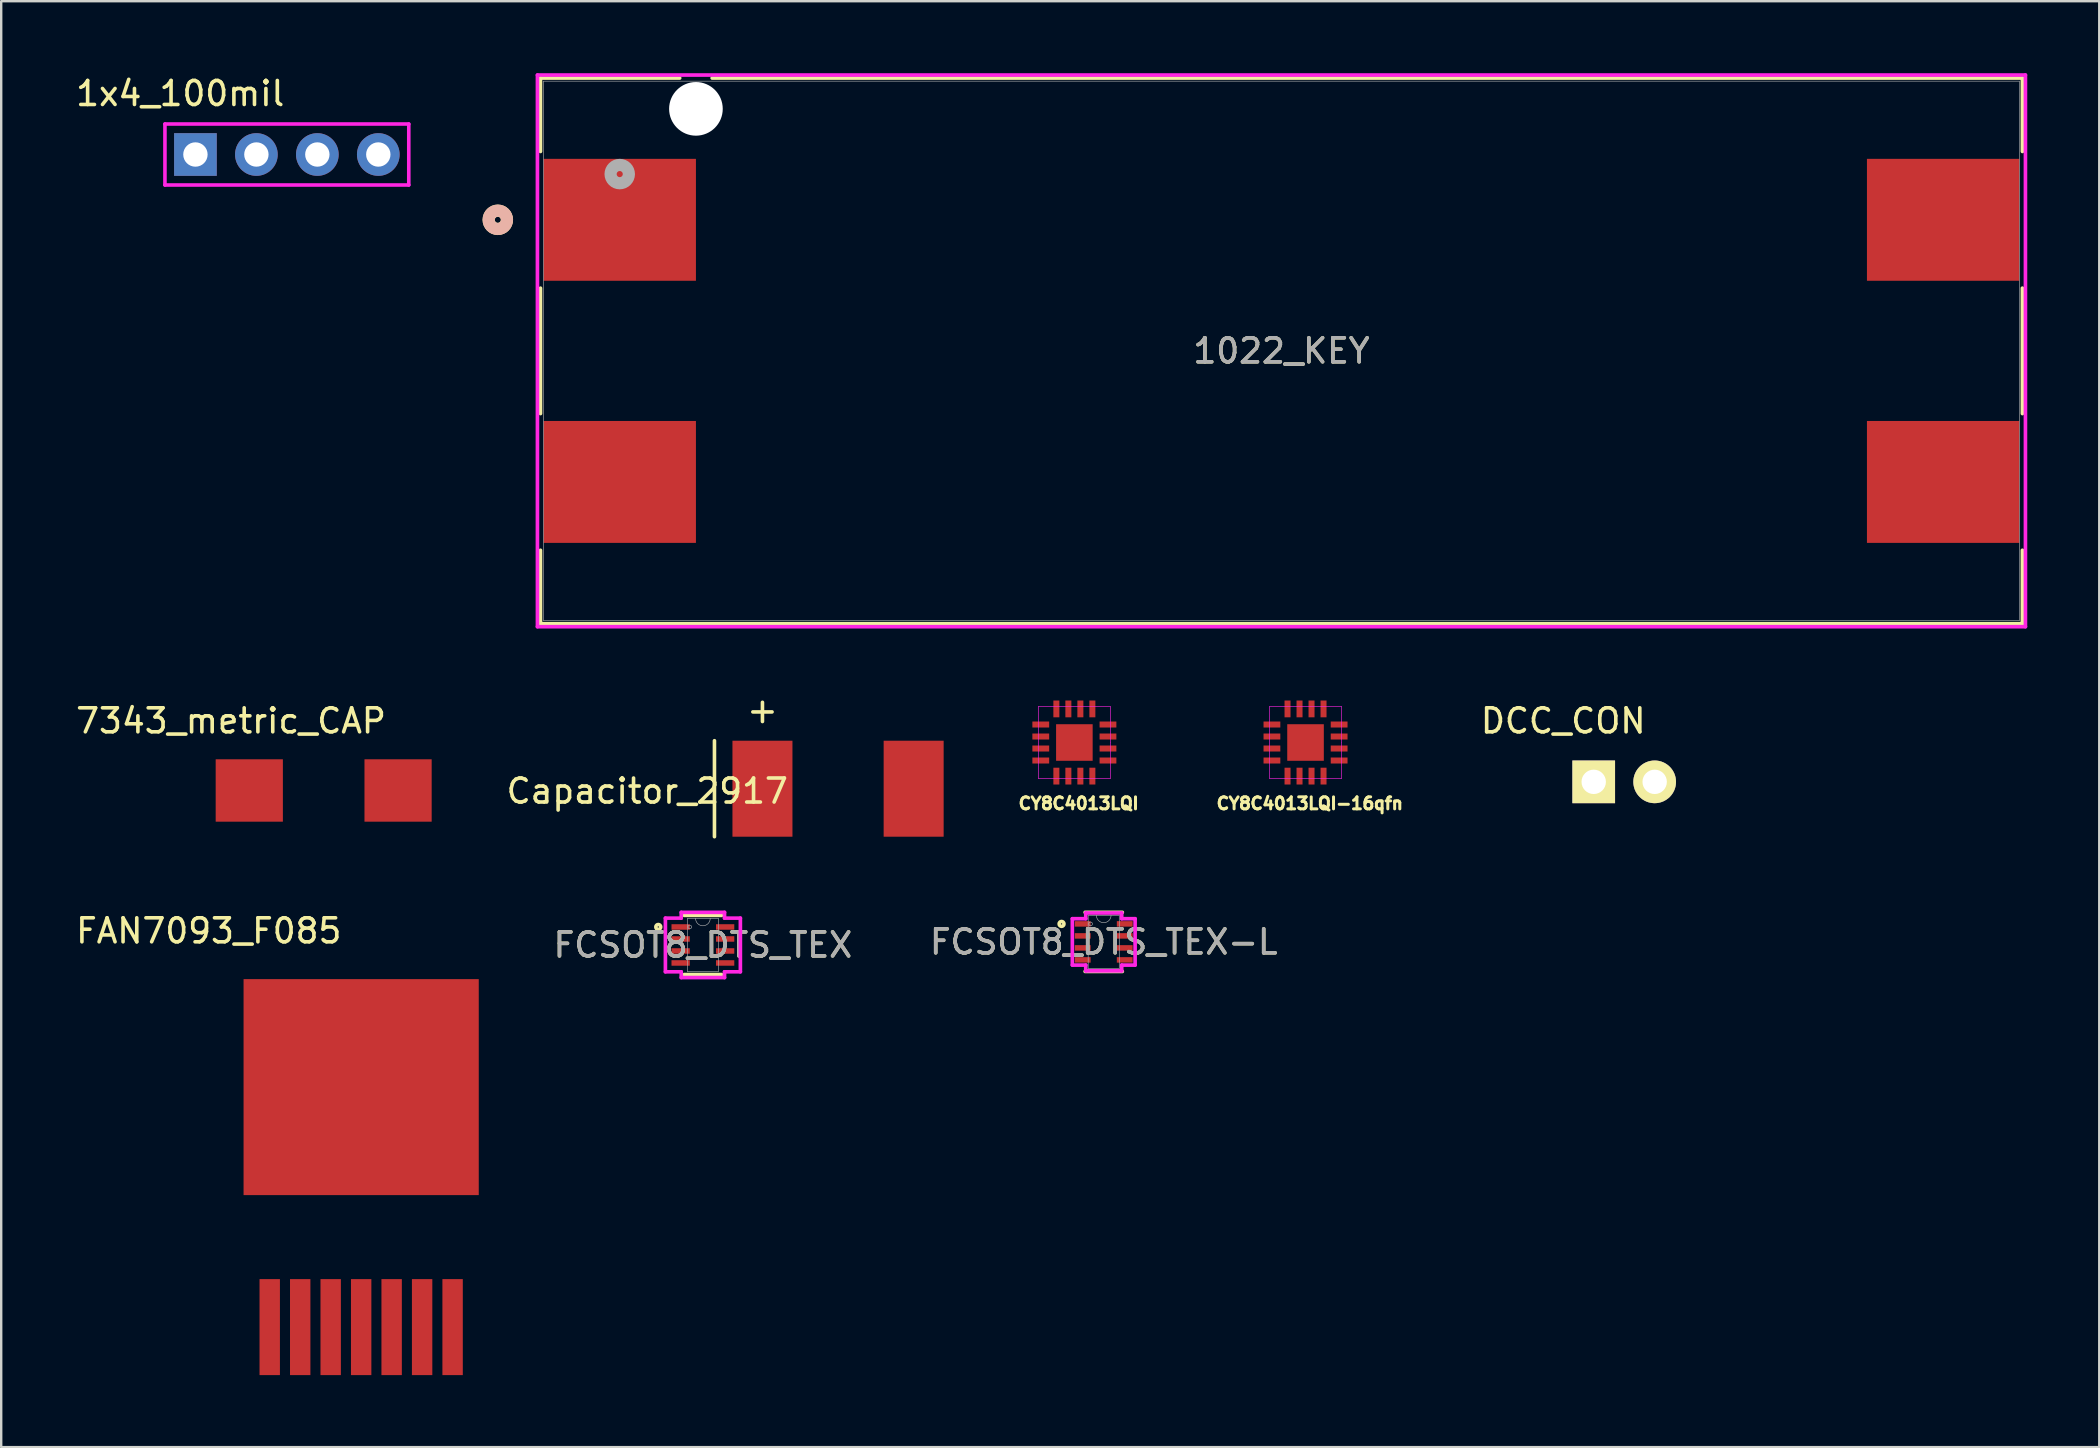
<source format=kicad_pcb>
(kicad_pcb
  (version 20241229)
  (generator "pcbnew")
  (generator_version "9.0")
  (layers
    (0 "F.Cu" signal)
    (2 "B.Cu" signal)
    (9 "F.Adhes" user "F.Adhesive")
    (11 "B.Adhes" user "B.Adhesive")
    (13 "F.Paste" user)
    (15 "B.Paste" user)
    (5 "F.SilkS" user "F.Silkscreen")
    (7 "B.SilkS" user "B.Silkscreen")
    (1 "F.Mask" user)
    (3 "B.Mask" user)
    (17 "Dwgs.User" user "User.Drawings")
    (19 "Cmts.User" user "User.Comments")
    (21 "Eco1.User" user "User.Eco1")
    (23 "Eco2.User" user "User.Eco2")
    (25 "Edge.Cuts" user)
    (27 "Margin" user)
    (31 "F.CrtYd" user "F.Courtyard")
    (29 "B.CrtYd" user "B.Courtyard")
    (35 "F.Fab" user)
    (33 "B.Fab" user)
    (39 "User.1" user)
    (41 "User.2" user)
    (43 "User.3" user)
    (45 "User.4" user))
  (footprint "FCSOT8_DTS_TEX-L"
    (layer "F.Cu")
    (at 42.94 36.197)
    (property "Reference" "FCSOT8_DTS_TEX-L" (at 0 0 0) (unlocked yes) (layer "F.SilkS") (effects (font (size 1 1) (thickness 0.15))))
    (attr smd)
    (fp_line (start -0.775 1.232) (end 0.775 1.232) (stroke (width 0.152) (type solid)) (layer "F.SilkS"))
    (fp_line (start 0.775 -1.232) (end -0.775 -1.232) (stroke (width 0.152) (type solid)) (layer "F.SilkS"))
    (fp_circle (center -1.757 -0.75) (end -1.656 -0.75) (stroke (width 0.152) (type solid)) (fill no) (layer "F.SilkS"))
    (fp_line (start -1.308 -0.966) (end -0.749 -0.966) (stroke (width 0.152) (type solid)) (layer "F.CrtYd"))
    (fp_line (start -1.308 0.966) (end -1.308 -0.966) (stroke (width 0.152) (type solid)) (layer "F.CrtYd"))
    (fp_line (start -1.308 0.966) (end -0.749 0.966) (stroke (width 0.152) (type solid)) (layer "F.CrtYd"))
    (fp_line (start -0.749 -1.206) (end 0.749 -1.206) (stroke (width 0.152) (type solid)) (layer "F.CrtYd"))
    (fp_line (start -0.749 -0.966) (end -0.749 -1.206) (stroke (width 0.152) (type solid)) (layer "F.CrtYd"))
    (fp_line (start -0.749 1.206) (end -0.749 0.966) (stroke (width 0.152) (type solid)) (layer "F.CrtYd"))
    (fp_line (start 0.749 -1.206) (end 0.749 -0.966) (stroke (width 0.152) (type solid)) (layer "F.CrtYd"))
    (fp_line (start 0.749 0.966) (end 0.749 1.206) (stroke (width 0.152) (type solid)) (layer "F.CrtYd"))
    (fp_line (start 0.749 1.206) (end -0.749 1.206) (stroke (width 0.152) (type solid)) (layer "F.CrtYd"))
    (fp_line (start 1.308 -0.966) (end 0.749 -0.966) (stroke (width 0.152) (type solid)) (layer "F.CrtYd"))
    (fp_line (start 1.308 -0.966) (end 1.308 0.966) (stroke (width 0.152) (type solid)) (layer "F.CrtYd"))
    (fp_line (start 1.308 0.966) (end 0.749 0.966) (stroke (width 0.152) (type solid)) (layer "F.CrtYd"))
    (fp_line (start -0.648 -1.105) (end -0.648 1.105) (stroke (width 0.025) (type solid)) (layer "F.Fab"))
    (fp_line (start -0.648 1.105) (end 0.648 1.105) (stroke (width 0.025) (type solid)) (layer "F.Fab"))
    (fp_line (start 0.648 -1.105) (end -0.648 -1.105) (stroke (width 0.025) (type solid)) (layer "F.Fab"))
    (fp_line (start 0.648 1.105) (end 0.648 -1.105) (stroke (width 0.025) (type solid)) (layer "F.Fab"))
    (fp_arc (start 0.3048 -1.1049) (mid 0 -0.8001) (end -0.3048 -1.1049) (stroke (width 0.0254) (type solid)) (layer "F.Fab"))
    (fp_circle (center -0.546 -0.75) (end -0.47 -0.75) (stroke (width 0.025) (type solid)) (fill no) (layer "F.Fab"))
    (fp_text user "${REFERENCE}" (at 0 0 0) (unlocked yes) (layer "F.Fab") (effects (font (size 1 1) (thickness 0.15))))
    (pad "1" smd rect (at -0.876 -0.75) (size 0.66 0.229) (layers "F.Cu" "F.Mask" "F.Paste"))
    (pad "2" smd rect (at -0.876 -0.25) (size 0.66 0.229) (layers "F.Cu" "F.Mask" "F.Paste"))
    (pad "3" smd rect (at -0.876 0.25) (size 0.66 0.229) (layers "F.Cu" "F.Mask" "F.Paste"))
    (pad "4" smd rect (at -0.876 0.75) (size 0.66 0.229) (layers "F.Cu" "F.Mask" "F.Paste"))
    (pad "5" smd rect (at 0.876 0.75) (size 0.66 0.229) (layers "F.Cu" "F.Mask" "F.Paste"))
    (pad "6" smd rect (at 0.876 0.25) (size 0.66 0.229) (layers "F.Cu" "F.Mask" "F.Paste"))
    (pad "7" smd rect (at 0.876 -0.25) (size 0.66 0.229) (layers "F.Cu" "F.Mask" "F.Paste"))
    (pad "8" smd rect (at 0.876 -0.75) (size 0.66 0.229) (layers "F.Cu" "F.Mask" "F.Paste")))
  (footprint "FAN7093_F085"
    (layer "F.Cu")
    (at 11.999 45.898)
    (property "Reference" "FAN7093_F085" (at -6.35 -10.16 0) (layer "F.SilkS") (effects (font (size 1 1) (thickness 0.15))))
    (attr through_hole)
    (pad "1" smd rect (at -3.81 6.35) (size 0.85 4) (layers "F.Cu" "F.Mask" "F.Paste"))
    (pad "2" smd rect (at -2.54 6.35) (size 0.85 4) (layers "F.Cu" "F.Mask" "F.Paste"))
    (pad "3" smd rect (at -1.27 6.35) (size 0.85 4) (layers "F.Cu" "F.Mask" "F.Paste"))
    (pad "4" smd rect (at 0 6.35) (size 0.85 4) (layers "F.Cu" "F.Mask" "F.Paste"))
    (pad "5" smd rect (at 1.27 6.35) (size 0.85 4) (layers "F.Cu" "F.Mask" "F.Paste"))
    (pad "6" smd rect (at 2.54 6.35) (size 0.85 4) (layers "F.Cu" "F.Mask" "F.Paste"))
    (pad "7" smd rect (at 3.81 6.35) (size 0.85 4) (layers "F.Cu" "F.Mask" "F.Paste"))
    (pad "8" smd rect (at 0 -3.65) (size 9.8 9) (layers "F.Cu" "F.Mask" "F.Paste")))
  (footprint "DCC_CON"
    (layer "F.Cu")
    (at 64.627 29.528)
    (property "Reference" "DCC_CON" (at -2.54 -2.54 0) (layer "F.SilkS") (effects (font (size 1 1) (thickness 0.15))))
    (attr through_hole)
    (pad "1" thru_hole rect (at -1.27 0) (size 1.778 1.778) (drill 1.016) (layers "*.Cu" "*.Mask" "F.SilkS"))
    (pad "2" thru_hole circle (at 1.27 0) (size 1.778 1.778) (drill 1.016) (layers "*.Cu" "*.Mask" "F.SilkS")))
  (footprint "CY8C4013LQI"
    (layer "F.Cu")
    (at 41.717 27.889)
    (property "Reference" "CY8C4013LQI" (at 0.178 2.54 0) (layer "F.SilkS") (effects (font (size 0.5 0.5) (thickness 0.125))))
    (attr through_hole)
    (fp_line (start -1.5 -1.5) (end -1.5 1.5) (stroke (width 0.025) (type solid)) (layer "F.CrtYd"))
    (fp_line (start -1.5 1.5) (end 1.5 1.5) (stroke (width 0.025) (type solid)) (layer "F.CrtYd"))
    (fp_line (start 1.5 -1.5) (end -1.5 -1.5) (stroke (width 0.025) (type solid)) (layer "F.CrtYd"))
    (fp_line (start 1.5 0) (end 1.5 -1.5) (stroke (width 0.025) (type solid)) (layer "F.CrtYd"))
    (fp_line (start 1.5 1.5) (end 1.5 0) (stroke (width 0.025) (type solid)) (layer "F.CrtYd"))
    (pad "1" smd rect (at -1.4 -0.75) (size 0.7 0.25) (layers "F.Cu" "F.Mask" "F.Paste"))
    (pad "2" smd rect (at -1.4 -0.25) (size 0.7 0.25) (layers "F.Cu" "F.Mask" "F.Paste"))
    (pad "3" smd rect (at -1.4 0.25) (size 0.7 0.25) (layers "F.Cu" "F.Mask" "F.Paste"))
    (pad "4" smd rect (at -1.4 0.75) (size 0.7 0.25) (layers "F.Cu" "F.Mask" "F.Paste"))
    (pad "5" smd rect (at -0.75 1.4) (size 0.25 0.7) (layers "F.Cu" "F.Mask" "F.Paste"))
    (pad "6" smd rect (at -0.25 1.4) (size 0.25 0.7) (layers "F.Cu" "F.Mask" "F.Paste"))
    (pad "7" smd rect (at 0.25 1.4) (size 0.25 0.7) (layers "F.Cu" "F.Mask" "F.Paste"))
    (pad "8" smd rect (at 0.75 1.4) (size 0.25 0.7) (layers "F.Cu" "F.Mask" "F.Paste"))
    (pad "9" smd rect (at 1.4 0.75) (size 0.7 0.25) (layers "F.Cu" "F.Mask" "F.Paste"))
    (pad "10" smd rect (at 1.4 0.25) (size 0.7 0.25) (layers "F.Cu" "F.Mask" "F.Paste"))
    (pad "11" smd rect (at 1.4 -0.25) (size 0.7 0.25) (layers "F.Cu" "F.Mask" "F.Paste"))
    (pad "12" smd rect (at 1.4 -0.75) (size 0.7 0.25) (layers "F.Cu" "F.Mask" "F.Paste"))
    (pad "13" smd rect (at 0.75 -1.4) (size 0.25 0.7) (layers "F.Cu" "F.Mask" "F.Paste"))
    (pad "14" smd rect (at 0.25 -1.4) (size 0.25 0.7) (layers "F.Cu" "F.Mask" "F.Paste"))
    (pad "15" smd rect (at -0.25 -1.4) (size 0.25 0.7) (layers "F.Cu" "F.Mask" "F.Paste"))
    (pad "16" smd rect (at -0.75 -1.4) (size 0.25 0.7) (layers "F.Cu" "F.Mask" "F.Paste"))
    (pad "17" smd rect (at 0 0) (size 1.524 1.524) (layers "F.Cu" "F.Mask" "F.Paste")))
  (footprint "Capacitor_2917"
    (layer "F.Cu")
    (at 31.92 29.814)
    (property "Reference" "Capacitor_2917" (at -8 0.1 0) (layer "F.SilkS") (effects (font (size 1 1) (thickness 0.15))))
    (attr through_hole)
    (fp_line (start -5.2 -2) (end -5.2 2) (stroke (width 0.15) (type solid)) (layer "F.SilkS"))
    (fp_line (start -3.6 -3.2) (end -2.8 -3.2) (stroke (width 0.15) (type solid)) (layer "F.SilkS"))
    (fp_line (start -3.2 -3.6) (end -3.2 -2.8) (stroke (width 0.15) (type solid)) (layer "F.SilkS"))
    (pad "1" smd rect (at -3.2 0) (size 2.5 4) (layers "F.Cu" "F.Mask" "F.Paste"))
    (pad "2" smd rect (at 3.1 0) (size 2.5 4) (layers "F.Cu" "F.Mask" "F.Paste")))
  (footprint "CY8C4013LQI-16qfn"
    (layer "F.Cu")
    (at 51.349 27.889)
    (property "Reference" "CY8C4013LQI-16qfn" (at 0.178 2.54 0) (layer "F.SilkS") (effects (font (size 0.5 0.5) (thickness 0.125))))
    (attr through_hole)
    (fp_line (start -1.5 -1.5) (end -1.5 1.5) (stroke (width 0.025) (type solid)) (layer "F.CrtYd"))
    (fp_line (start -1.5 1.5) (end 1.5 1.5) (stroke (width 0.025) (type solid)) (layer "F.CrtYd"))
    (fp_line (start 1.5 -1.5) (end -1.5 -1.5) (stroke (width 0.025) (type solid)) (layer "F.CrtYd"))
    (fp_line (start 1.5 0) (end 1.5 -1.5) (stroke (width 0.025) (type solid)) (layer "F.CrtYd"))
    (fp_line (start 1.5 1.5) (end 1.5 0) (stroke (width 0.025) (type solid)) (layer "F.CrtYd"))
    (pad "1" smd rect (at -1.4 -0.75) (size 0.7 0.25) (layers "F.Cu" "F.Mask" "F.Paste"))
    (pad "2" smd rect (at -1.4 -0.25) (size 0.7 0.25) (layers "F.Cu" "F.Mask" "F.Paste"))
    (pad "3" smd rect (at -1.4 0.25) (size 0.7 0.25) (layers "F.Cu" "F.Mask" "F.Paste"))
    (pad "4" smd rect (at -1.4 0.75) (size 0.7 0.25) (layers "F.Cu" "F.Mask" "F.Paste"))
    (pad "5" smd rect (at -0.75 1.4) (size 0.25 0.7) (layers "F.Cu" "F.Mask" "F.Paste"))
    (pad "6" smd rect (at -0.25 1.4) (size 0.25 0.7) (layers "F.Cu" "F.Mask" "F.Paste"))
    (pad "7" smd rect (at 0.25 1.4) (size 0.25 0.7) (layers "F.Cu" "F.Mask" "F.Paste"))
    (pad "8" smd rect (at 0.75 1.4) (size 0.25 0.7) (layers "F.Cu" "F.Mask" "F.Paste"))
    (pad "9" smd rect (at 1.4 0.75) (size 0.7 0.25) (layers "F.Cu" "F.Mask" "F.Paste"))
    (pad "10" smd rect (at 1.4 0.25) (size 0.7 0.25) (layers "F.Cu" "F.Mask" "F.Paste"))
    (pad "11" smd rect (at 1.4 -0.25) (size 0.7 0.25) (layers "F.Cu" "F.Mask" "F.Paste"))
    (pad "12" smd rect (at 1.4 -0.75) (size 0.7 0.25) (layers "F.Cu" "F.Mask" "F.Paste"))
    (pad "13" smd rect (at 0.75 -1.4) (size 0.25 0.7) (layers "F.Cu" "F.Mask" "F.Paste"))
    (pad "14" smd rect (at 0.25 -1.4) (size 0.25 0.7) (layers "F.Cu" "F.Mask" "F.Paste"))
    (pad "15" smd rect (at -0.25 -1.4) (size 0.25 0.7) (layers "F.Cu" "F.Mask" "F.Paste"))
    (pad "16" smd rect (at -0.75 -1.4) (size 0.25 0.7) (layers "F.Cu" "F.Mask" "F.Paste"))
    (pad "17" smd rect (at 0 0) (size 1.524 1.524) (layers "F.Cu" "F.Mask" "F.Paste")))
  (footprint "FCSOT8_DTS_TEX"
    (layer "F.Cu")
    (at 26.238 36.325)
    (property "Reference" "FCSOT8_DTS_TEX" (at 0 0 0) (unlocked yes) (layer "F.SilkS") (effects (font (size 1 1) (thickness 0.15))))
    (attr smd)
    (fp_line (start -0.775 1.232) (end 0.775 1.232) (stroke (width 0.152) (type solid)) (layer "F.SilkS"))
    (fp_line (start 0.775 -1.232) (end -0.775 -1.232) (stroke (width 0.152) (type solid)) (layer "F.SilkS"))
    (fp_circle (center -1.859 -0.75) (end -1.757 -0.75) (stroke (width 0.152) (type solid)) (fill no) (layer "F.SilkS"))
    (fp_line (start -1.562 -1.118) (end -0.902 -1.118) (stroke (width 0.152) (type solid)) (layer "F.CrtYd"))
    (fp_line (start -1.562 1.118) (end -1.562 -1.118) (stroke (width 0.152) (type solid)) (layer "F.CrtYd"))
    (fp_line (start -1.562 1.118) (end -0.902 1.118) (stroke (width 0.152) (type solid)) (layer "F.CrtYd"))
    (fp_line (start -0.902 -1.359) (end 0.902 -1.359) (stroke (width 0.152) (type solid)) (layer "F.CrtYd"))
    (fp_line (start -0.902 -1.118) (end -0.902 -1.359) (stroke (width 0.152) (type solid)) (layer "F.CrtYd"))
    (fp_line (start -0.902 1.359) (end -0.902 1.118) (stroke (width 0.152) (type solid)) (layer "F.CrtYd"))
    (fp_line (start 0.902 -1.359) (end 0.902 -1.118) (stroke (width 0.152) (type solid)) (layer "F.CrtYd"))
    (fp_line (start 0.902 1.118) (end 0.902 1.359) (stroke (width 0.152) (type solid)) (layer "F.CrtYd"))
    (fp_line (start 0.902 1.359) (end -0.902 1.359) (stroke (width 0.152) (type solid)) (layer "F.CrtYd"))
    (fp_line (start 1.562 -1.118) (end 0.902 -1.118) (stroke (width 0.152) (type solid)) (layer "F.CrtYd"))
    (fp_line (start 1.562 -1.118) (end 1.562 1.118) (stroke (width 0.152) (type solid)) (layer "F.CrtYd"))
    (fp_line (start 1.562 1.118) (end 0.902 1.118) (stroke (width 0.152) (type solid)) (layer "F.CrtYd"))
    (fp_line (start -0.648 -1.105) (end -0.648 1.105) (stroke (width 0.025) (type solid)) (layer "F.Fab"))
    (fp_line (start -0.648 1.105) (end 0.648 1.105) (stroke (width 0.025) (type solid)) (layer "F.Fab"))
    (fp_line (start 0.648 -1.105) (end -0.648 -1.105) (stroke (width 0.025) (type solid)) (layer "F.Fab"))
    (fp_line (start 0.648 1.105) (end 0.648 -1.105) (stroke (width 0.025) (type solid)) (layer "F.Fab"))
    (fp_arc (start 0.3048 -1.1049) (mid 0 -0.8001) (end -0.3048 -1.1049) (stroke (width 0.0254) (type solid)) (layer "F.Fab"))
    (fp_circle (center -0.546 -0.75) (end -0.47 -0.75) (stroke (width 0.025) (type solid)) (fill no) (layer "F.Fab"))
    (fp_text user "${REFERENCE}" (at 0 0 0) (unlocked yes) (layer "F.Fab") (effects (font (size 1 1) (thickness 0.15))))
    (pad "1" smd rect (at -0.927 -0.75) (size 0.762 0.229) (layers "F.Cu" "F.Mask" "F.Paste"))
    (pad "2" smd rect (at -0.927 -0.25) (size 0.762 0.229) (layers "F.Cu" "F.Mask" "F.Paste"))
    (pad "3" smd rect (at -0.927 0.25) (size 0.762 0.229) (layers "F.Cu" "F.Mask" "F.Paste"))
    (pad "4" smd rect (at -0.927 0.75) (size 0.762 0.229) (layers "F.Cu" "F.Mask" "F.Paste"))
    (pad "5" smd rect (at 0.927 0.75) (size 0.762 0.229) (layers "F.Cu" "F.Mask" "F.Paste"))
    (pad "6" smd rect (at 0.927 0.25) (size 0.762 0.229) (layers "F.Cu" "F.Mask" "F.Paste"))
    (pad "7" smd rect (at 0.927 -0.25) (size 0.762 0.229) (layers "F.Cu" "F.Mask" "F.Paste"))
    (pad "8" smd rect (at 0.927 -0.75) (size 0.762 0.229) (layers "F.Cu" "F.Mask" "F.Paste")))
  (footprint "1022_KEY"
    (layer "F.Cu")
    (at 50.345 11.57)
    (property "Reference" "1022_KEY" (at 0 0 0) (unlocked yes) (layer "F.SilkS") (effects (font (size 1 1) (thickness 0.15))))
    (attr smd)
    (fp_line (start -30.874 -11.367) (end -30.874 -8.309) (stroke (width 0.152) (type solid)) (layer "F.SilkS"))
    (fp_line (start -30.874 -2.613) (end -30.874 2.613) (stroke (width 0.152) (type solid)) (layer "F.SilkS"))
    (fp_line (start -30.874 8.309) (end -30.874 11.367) (stroke (width 0.152) (type solid)) (layer "F.SilkS"))
    (fp_line (start -30.874 11.367) (end 30.874 11.367) (stroke (width 0.152) (type solid)) (layer "F.SilkS"))
    (fp_line (start -25.074 -11.367) (end -30.874 -11.367) (stroke (width 0.152) (type solid)) (layer "F.SilkS"))
    (fp_line (start 30.874 -11.367) (end -23.72 -11.367) (stroke (width 0.152) (type solid)) (layer "F.SilkS"))
    (fp_line (start 30.874 -8.309) (end 30.874 -11.367) (stroke (width 0.152) (type solid)) (layer "F.SilkS"))
    (fp_line (start 30.874 2.613) (end 30.874 -2.613) (stroke (width 0.152) (type solid)) (layer "F.SilkS"))
    (fp_line (start 30.874 11.367) (end 30.874 8.309) (stroke (width 0.152) (type solid)) (layer "F.SilkS"))
    (fp_circle (center -32.652 -5.461) (end -32.271 -5.461) (stroke (width 0.508) (type solid)) (fill no) (layer "F.SilkS"))
    (fp_circle (center -32.652 -5.461) (end -32.271 -5.461) (stroke (width 0.508) (type solid)) (fill no) (layer "B.SilkS"))
    (fp_line (start -31.001 -11.493) (end -31.001 11.493) (stroke (width 0.152) (type solid)) (layer "F.CrtYd"))
    (fp_line (start -31.001 11.493) (end 31.001 11.493) (stroke (width 0.152) (type solid)) (layer "F.CrtYd"))
    (fp_line (start 31.001 -11.493) (end -31.001 -11.493) (stroke (width 0.152) (type solid)) (layer "F.CrtYd"))
    (fp_line (start 31.001 11.493) (end 31.001 -11.493) (stroke (width 0.152) (type solid)) (layer "F.CrtYd"))
    (fp_line (start -30.747 -11.239) (end -30.747 11.239) (stroke (width 0.025) (type solid)) (layer "F.Fab"))
    (fp_line (start -30.747 11.239) (end 30.747 11.239) (stroke (width 0.025) (type solid)) (layer "F.Fab"))
    (fp_line (start 30.747 -11.239) (end -30.747 -11.239) (stroke (width 0.025) (type solid)) (layer "F.Fab"))
    (fp_line (start 30.747 11.239) (end 30.747 -11.239) (stroke (width 0.025) (type solid)) (layer "F.Fab"))
    (fp_circle (center -27.572 -7.366) (end -27.191 -7.366) (stroke (width 0.508) (type solid)) (fill no) (layer "F.Fab"))
    (fp_text user "${REFERENCE}" (at 0 0 0) (unlocked yes) (layer "F.Fab") (effects (font (size 1 1) (thickness 0.15))))
    (pad "" np_thru_hole circle (at -24.397 -10.084) (size 2.235 2.235) (drill 2.235) (layers "*.Cu" "*.Mask"))
    (pad "1" smd rect (at -27.572 -5.461) (size 6.35 5.08) (layers "F.Cu" "F.Mask" "F.Paste"))
    (pad "2" smd rect (at 27.572 -5.461) (size 6.35 5.08) (layers "F.Cu" "F.Mask" "F.Paste"))
    (pad "3" smd rect (at -27.572 5.461) (size 6.35 5.08) (layers "F.Cu" "F.Mask" "F.Paste"))
    (pad "4" smd rect (at 27.572 5.461) (size 6.35 5.08) (layers "F.Cu" "F.Mask" "F.Paste")))
  (footprint "7343_metric_CAP"
    (layer "F.Cu")
    (at 10.477 29.888)
    (property "Reference" "7343_metric_CAP" (at -3.9 -2.9 0) (layer "F.SilkS") (effects (font (size 1 1) (thickness 0.15))))
    (attr through_hole)
    (pad "1" smd rect (at -3.14 0) (size 2.8 2.6) (layers "F.Cu" "F.Mask" "F.Paste"))
    (pad "2" smd rect (at 3.06 0) (size 2.8 2.6) (layers "F.Cu" "F.Mask" "F.Paste")))
  (footprint "1x4_100mil"
    (layer "F.Cu")
    (at 8.903 3.388)
    (property "Reference" "1x4_100mil" (at -4.445 -2.54 0) (layer "F.SilkS") (effects (font (size 1 1) (thickness 0.15))))
    (attr through_hole)
    (fp_line (start -5.08 -1.27) (end -5.08 1.27) (stroke (width 0.15) (type solid)) (layer "F.CrtYd"))
    (fp_line (start -5.08 1.27) (end 5.08 1.27) (stroke (width 0.15) (type solid)) (layer "F.CrtYd"))
    (fp_line (start 5.08 -1.27) (end -5.08 -1.27) (stroke (width 0.15) (type solid)) (layer "F.CrtYd"))
    (fp_line (start 5.08 1.27) (end 5.08 -1.27) (stroke (width 0.15) (type solid)) (layer "F.CrtYd"))
    (pad "1" thru_hole rect (at -3.81 0) (size 1.778 1.778) (drill 1.016) (layers "*.Cu" "*.Mask"))
    (pad "2" thru_hole circle (at -1.27 0) (size 1.778 1.778) (drill 1.016) (layers "*.Cu" "*.Mask"))
    (pad "3" thru_hole circle (at 1.27 0) (size 1.778 1.778) (drill 1.016) (layers "*.Cu" "*.Mask"))
    (pad "4" thru_hole circle (at 3.81 0) (size 1.778 1.778) (drill 1.016) (layers "*.Cu" "*.Mask")))
  (gr_rect
    (start -3 -3)
    (end 84.422 57.248)
    (stroke (width 0.1) (type default))
    (fill no)
    (layer "Edge.Cuts")))
</source>
